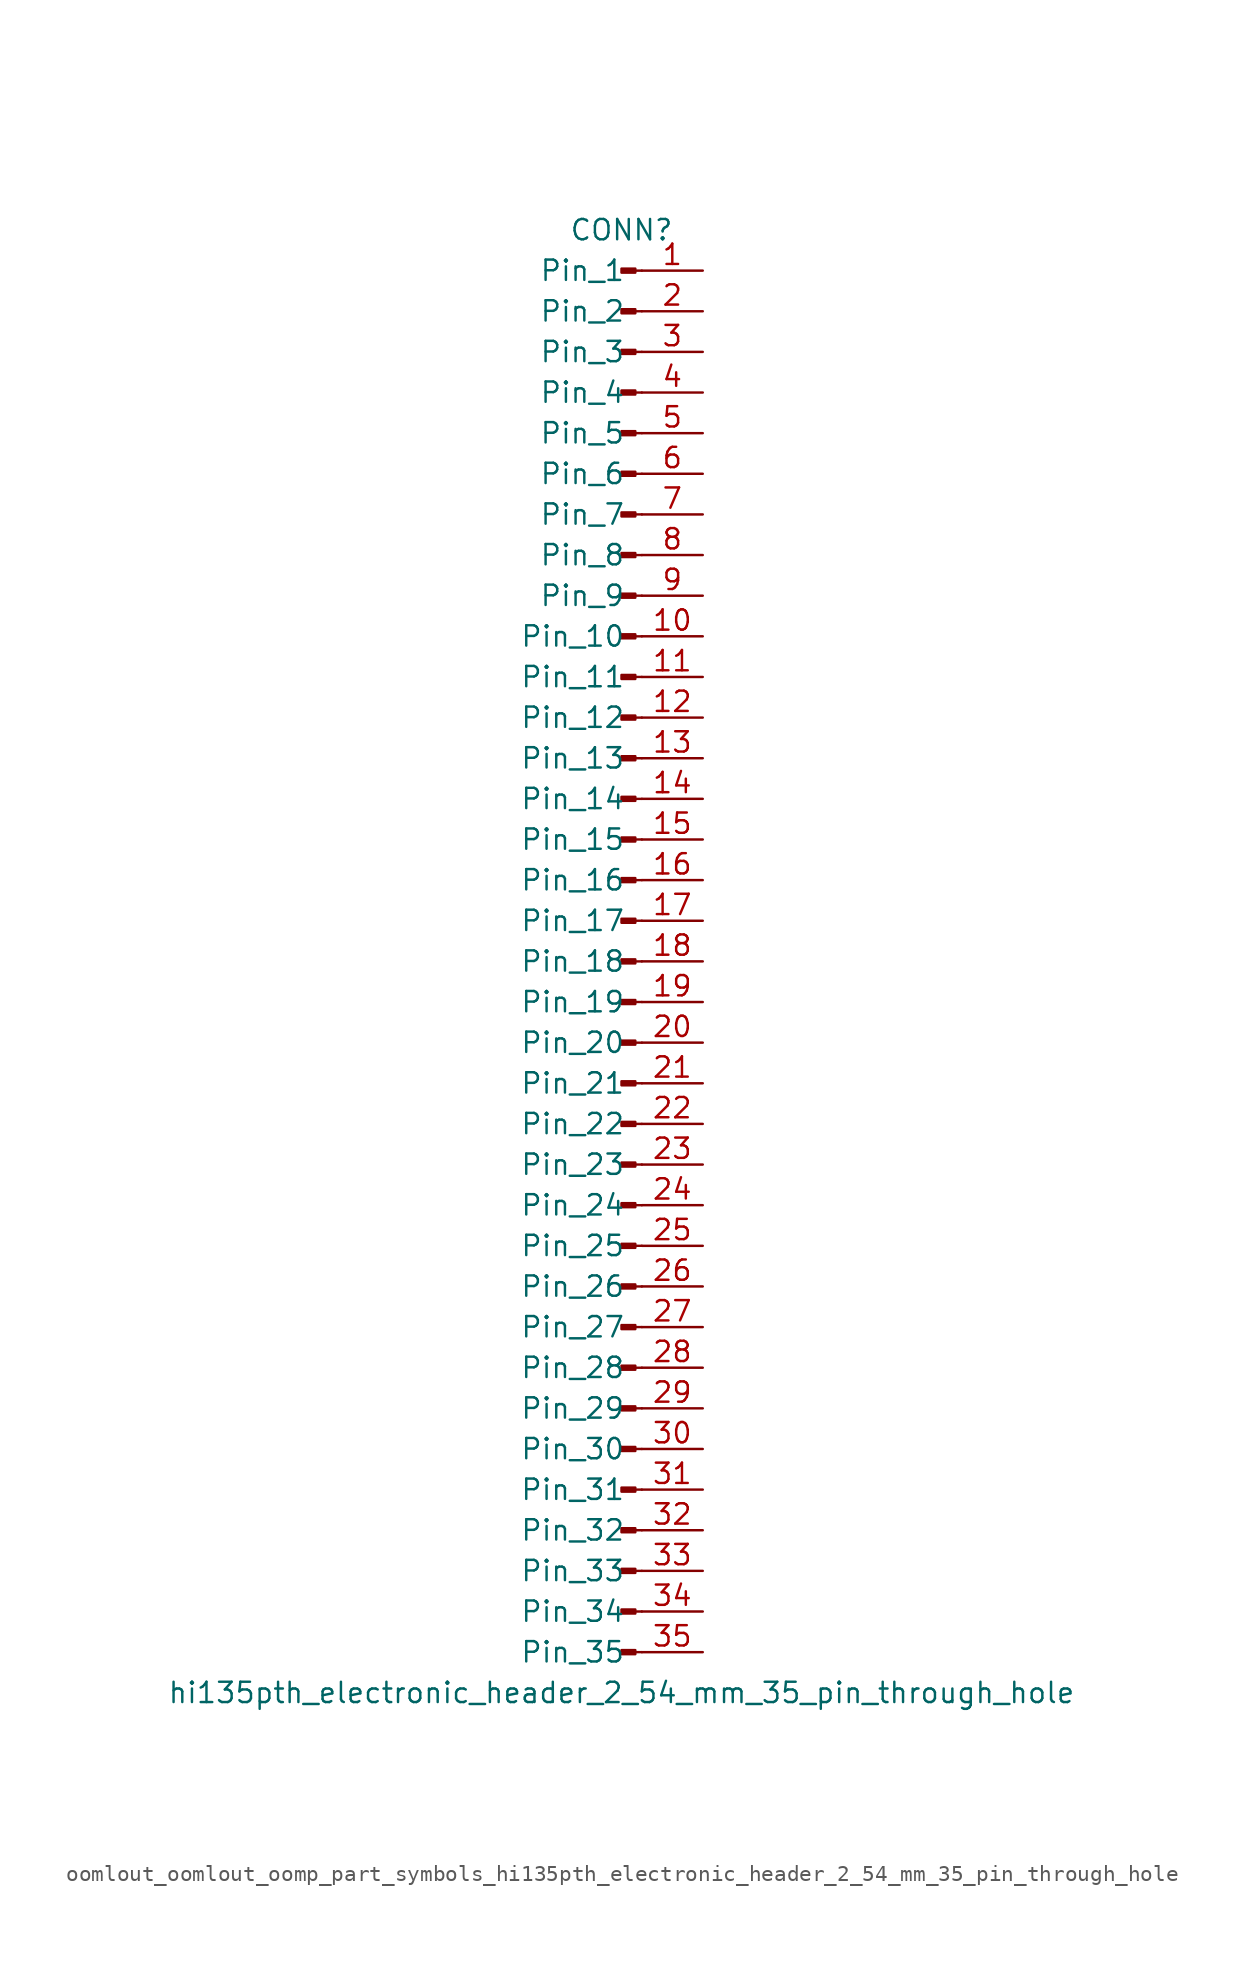
<source format=kicad_sym>
(kicad_symbol_lib
  (version 20220914)
  (generator kicad_symbol_editor)
  (symbol "oomlout_oomlout_oomp_part_symbols_hi135pth_electronic_header_2_54_mm_35_pin_through_hole"
    (pin_names
      (offset 1.016))
    (property "Reference" "CONN"
      (at 0 45.72 0)
      (effects (font (size 1.27 1.27))))
    (property "Value" "hi135pth_electronic_header_2_54_mm_35_pin_through_hole"
      (at 0 -45.72 0)
      (effects (font (size 1.27 1.27))))
    (property "ki_locked" ""
      (at 0 0 0)
      (effects (font (size 1.27 1.27))))
    (symbol "oomlout_oomlout_oomp_part_symbols_hi135pth_electronic_header_2_54_mm_35_pin_through_hole_1_1"
      (polyline (pts (xy 1.27 -43.18) (xy 0.864 -43.18)) (stroke (width 0.152) (type default)) (fill (type none)))
      (polyline (pts (xy 1.27 -40.64) (xy 0.864 -40.64)) (stroke (width 0.152) (type default)) (fill (type none)))
      (polyline (pts (xy 1.27 -38.1) (xy 0.864 -38.1)) (stroke (width 0.152) (type default)) (fill (type none)))
      (polyline (pts (xy 1.27 -35.56) (xy 0.864 -35.56)) (stroke (width 0.152) (type default)) (fill (type none)))
      (polyline (pts (xy 1.27 -33.02) (xy 0.864 -33.02)) (stroke (width 0.152) (type default)) (fill (type none)))
      (polyline (pts (xy 1.27 -30.48) (xy 0.864 -30.48)) (stroke (width 0.152) (type default)) (fill (type none)))
      (polyline (pts (xy 1.27 -27.94) (xy 0.864 -27.94)) (stroke (width 0.152) (type default)) (fill (type none)))
      (polyline (pts (xy 1.27 -25.4) (xy 0.864 -25.4)) (stroke (width 0.152) (type default)) (fill (type none)))
      (polyline (pts (xy 1.27 -22.86) (xy 0.864 -22.86)) (stroke (width 0.152) (type default)) (fill (type none)))
      (polyline (pts (xy 1.27 -20.32) (xy 0.864 -20.32)) (stroke (width 0.152) (type default)) (fill (type none)))
      (polyline (pts (xy 1.27 -17.78) (xy 0.864 -17.78)) (stroke (width 0.152) (type default)) (fill (type none)))
      (polyline (pts (xy 1.27 -15.24) (xy 0.864 -15.24)) (stroke (width 0.152) (type default)) (fill (type none)))
      (polyline (pts (xy 1.27 -12.7) (xy 0.864 -12.7)) (stroke (width 0.152) (type default)) (fill (type none)))
      (polyline (pts (xy 1.27 -10.16) (xy 0.864 -10.16)) (stroke (width 0.152) (type default)) (fill (type none)))
      (polyline (pts (xy 1.27 -7.62) (xy 0.864 -7.62)) (stroke (width 0.152) (type default)) (fill (type none)))
      (polyline (pts (xy 1.27 -5.08) (xy 0.864 -5.08)) (stroke (width 0.152) (type default)) (fill (type none)))
      (polyline (pts (xy 1.27 -2.54) (xy 0.864 -2.54)) (stroke (width 0.152) (type default)) (fill (type none)))
      (polyline (pts (xy 1.27 0) (xy 0.864 0)) (stroke (width 0.152) (type default)) (fill (type none)))
      (polyline (pts (xy 1.27 2.54) (xy 0.864 2.54)) (stroke (width 0.152) (type default)) (fill (type none)))
      (polyline (pts (xy 1.27 5.08) (xy 0.864 5.08)) (stroke (width 0.152) (type default)) (fill (type none)))
      (polyline (pts (xy 1.27 7.62) (xy 0.864 7.62)) (stroke (width 0.152) (type default)) (fill (type none)))
      (polyline (pts (xy 1.27 10.16) (xy 0.864 10.16)) (stroke (width 0.152) (type default)) (fill (type none)))
      (polyline (pts (xy 1.27 12.7) (xy 0.864 12.7)) (stroke (width 0.152) (type default)) (fill (type none)))
      (polyline (pts (xy 1.27 15.24) (xy 0.864 15.24)) (stroke (width 0.152) (type default)) (fill (type none)))
      (polyline (pts (xy 1.27 17.78) (xy 0.864 17.78)) (stroke (width 0.152) (type default)) (fill (type none)))
      (polyline (pts (xy 1.27 20.32) (xy 0.864 20.32)) (stroke (width 0.152) (type default)) (fill (type none)))
      (polyline (pts (xy 1.27 22.86) (xy 0.864 22.86)) (stroke (width 0.152) (type default)) (fill (type none)))
      (polyline (pts (xy 1.27 25.4) (xy 0.864 25.4)) (stroke (width 0.152) (type default)) (fill (type none)))
      (polyline (pts (xy 1.27 27.94) (xy 0.864 27.94)) (stroke (width 0.152) (type default)) (fill (type none)))
      (polyline (pts (xy 1.27 30.48) (xy 0.864 30.48)) (stroke (width 0.152) (type default)) (fill (type none)))
      (polyline (pts (xy 1.27 33.02) (xy 0.864 33.02)) (stroke (width 0.152) (type default)) (fill (type none)))
      (polyline (pts (xy 1.27 35.56) (xy 0.864 35.56)) (stroke (width 0.152) (type default)) (fill (type none)))
      (polyline (pts (xy 1.27 38.1) (xy 0.864 38.1)) (stroke (width 0.152) (type default)) (fill (type none)))
      (polyline (pts (xy 1.27 40.64) (xy 0.864 40.64)) (stroke (width 0.152) (type default)) (fill (type none)))
      (polyline (pts (xy 1.27 43.18) (xy 0.864 43.18)) (stroke (width 0.152) (type default)) (fill (type none)))
      (rectangle (start 0.864 -43.053) (end 0 -43.307) (stroke (width 0.152) (type default)) (fill (type outline)))
      (rectangle (start 0.864 -40.513) (end 0 -40.767) (stroke (width 0.152) (type default)) (fill (type outline)))
      (rectangle (start 0.864 -37.973) (end 0 -38.227) (stroke (width 0.152) (type default)) (fill (type outline)))
      (rectangle (start 0.864 -35.433) (end 0 -35.687) (stroke (width 0.152) (type default)) (fill (type outline)))
      (rectangle (start 0.864 -32.893) (end 0 -33.147) (stroke (width 0.152) (type default)) (fill (type outline)))
      (rectangle (start 0.864 -30.353) (end 0 -30.607) (stroke (width 0.152) (type default)) (fill (type outline)))
      (rectangle (start 0.864 -27.813) (end 0 -28.067) (stroke (width 0.152) (type default)) (fill (type outline)))
      (rectangle (start 0.864 -25.273) (end 0 -25.527) (stroke (width 0.152) (type default)) (fill (type outline)))
      (rectangle (start 0.864 -22.733) (end 0 -22.987) (stroke (width 0.152) (type default)) (fill (type outline)))
      (rectangle (start 0.864 -20.193) (end 0 -20.447) (stroke (width 0.152) (type default)) (fill (type outline)))
      (rectangle (start 0.864 -17.653) (end 0 -17.907) (stroke (width 0.152) (type default)) (fill (type outline)))
      (rectangle (start 0.864 -15.113) (end 0 -15.367) (stroke (width 0.152) (type default)) (fill (type outline)))
      (rectangle (start 0.864 -12.573) (end 0 -12.827) (stroke (width 0.152) (type default)) (fill (type outline)))
      (rectangle (start 0.864 -10.033) (end 0 -10.287) (stroke (width 0.152) (type default)) (fill (type outline)))
      (rectangle (start 0.864 -7.493) (end 0 -7.747) (stroke (width 0.152) (type default)) (fill (type outline)))
      (rectangle (start 0.864 -4.953) (end 0 -5.207) (stroke (width 0.152) (type default)) (fill (type outline)))
      (rectangle (start 0.864 -2.413) (end 0 -2.667) (stroke (width 0.152) (type default)) (fill (type outline)))
      (rectangle (start 0.864 0.127) (end 0 -0.127) (stroke (width 0.152) (type default)) (fill (type outline)))
      (rectangle (start 0.864 2.667) (end 0 2.413) (stroke (width 0.152) (type default)) (fill (type outline)))
      (rectangle (start 0.864 5.207) (end 0 4.953) (stroke (width 0.152) (type default)) (fill (type outline)))
      (rectangle (start 0.864 7.747) (end 0 7.493) (stroke (width 0.152) (type default)) (fill (type outline)))
      (rectangle (start 0.864 10.287) (end 0 10.033) (stroke (width 0.152) (type default)) (fill (type outline)))
      (rectangle (start 0.864 12.827) (end 0 12.573) (stroke (width 0.152) (type default)) (fill (type outline)))
      (rectangle (start 0.864 15.367) (end 0 15.113) (stroke (width 0.152) (type default)) (fill (type outline)))
      (rectangle (start 0.864 17.907) (end 0 17.653) (stroke (width 0.152) (type default)) (fill (type outline)))
      (rectangle (start 0.864 20.447) (end 0 20.193) (stroke (width 0.152) (type default)) (fill (type outline)))
      (rectangle (start 0.864 22.987) (end 0 22.733) (stroke (width 0.152) (type default)) (fill (type outline)))
      (rectangle (start 0.864 25.527) (end 0 25.273) (stroke (width 0.152) (type default)) (fill (type outline)))
      (rectangle (start 0.864 28.067) (end 0 27.813) (stroke (width 0.152) (type default)) (fill (type outline)))
      (rectangle (start 0.864 30.607) (end 0 30.353) (stroke (width 0.152) (type default)) (fill (type outline)))
      (rectangle (start 0.864 33.147) (end 0 32.893) (stroke (width 0.152) (type default)) (fill (type outline)))
      (rectangle (start 0.864 35.687) (end 0 35.433) (stroke (width 0.152) (type default)) (fill (type outline)))
      (rectangle (start 0.864 38.227) (end 0 37.973) (stroke (width 0.152) (type default)) (fill (type outline)))
      (rectangle (start 0.864 40.767) (end 0 40.513) (stroke (width 0.152) (type default)) (fill (type outline)))
      (rectangle (start 0.864 43.307) (end 0 43.053) (stroke (width 0.152) (type default)) (fill (type outline)))
      (pin passive line (at 5.08 43.18 180) (length 3.81) (name "Pin_1" (effects (font (size 1.27 1.27)))) (number "1" (effects (font (size 1.27 1.27)))))
      (pin passive line (at 5.08 20.32 180) (length 3.81) (name "Pin_10" (effects (font (size 1.27 1.27)))) (number "10" (effects (font (size 1.27 1.27)))))
      (pin passive line (at 5.08 17.78 180) (length 3.81) (name "Pin_11" (effects (font (size 1.27 1.27)))) (number "11" (effects (font (size 1.27 1.27)))))
      (pin passive line (at 5.08 15.24 180) (length 3.81) (name "Pin_12" (effects (font (size 1.27 1.27)))) (number "12" (effects (font (size 1.27 1.27)))))
      (pin passive line (at 5.08 12.7 180) (length 3.81) (name "Pin_13" (effects (font (size 1.27 1.27)))) (number "13" (effects (font (size 1.27 1.27)))))
      (pin passive line (at 5.08 10.16 180) (length 3.81) (name "Pin_14" (effects (font (size 1.27 1.27)))) (number "14" (effects (font (size 1.27 1.27)))))
      (pin passive line (at 5.08 7.62 180) (length 3.81) (name "Pin_15" (effects (font (size 1.27 1.27)))) (number "15" (effects (font (size 1.27 1.27)))))
      (pin passive line (at 5.08 5.08 180) (length 3.81) (name "Pin_16" (effects (font (size 1.27 1.27)))) (number "16" (effects (font (size 1.27 1.27)))))
      (pin passive line (at 5.08 2.54 180) (length 3.81) (name "Pin_17" (effects (font (size 1.27 1.27)))) (number "17" (effects (font (size 1.27 1.27)))))
      (pin passive line (at 5.08 0 180) (length 3.81) (name "Pin_18" (effects (font (size 1.27 1.27)))) (number "18" (effects (font (size 1.27 1.27)))))
      (pin passive line (at 5.08 -2.54 180) (length 3.81) (name "Pin_19" (effects (font (size 1.27 1.27)))) (number "19" (effects (font (size 1.27 1.27)))))
      (pin passive line (at 5.08 40.64 180) (length 3.81) (name "Pin_2" (effects (font (size 1.27 1.27)))) (number "2" (effects (font (size 1.27 1.27)))))
      (pin passive line (at 5.08 -5.08 180) (length 3.81) (name "Pin_20" (effects (font (size 1.27 1.27)))) (number "20" (effects (font (size 1.27 1.27)))))
      (pin passive line (at 5.08 -7.62 180) (length 3.81) (name "Pin_21" (effects (font (size 1.27 1.27)))) (number "21" (effects (font (size 1.27 1.27)))))
      (pin passive line (at 5.08 -10.16 180) (length 3.81) (name "Pin_22" (effects (font (size 1.27 1.27)))) (number "22" (effects (font (size 1.27 1.27)))))
      (pin passive line (at 5.08 -12.7 180) (length 3.81) (name "Pin_23" (effects (font (size 1.27 1.27)))) (number "23" (effects (font (size 1.27 1.27)))))
      (pin passive line (at 5.08 -15.24 180) (length 3.81) (name "Pin_24" (effects (font (size 1.27 1.27)))) (number "24" (effects (font (size 1.27 1.27)))))
      (pin passive line (at 5.08 -17.78 180) (length 3.81) (name "Pin_25" (effects (font (size 1.27 1.27)))) (number "25" (effects (font (size 1.27 1.27)))))
      (pin passive line (at 5.08 -20.32 180) (length 3.81) (name "Pin_26" (effects (font (size 1.27 1.27)))) (number "26" (effects (font (size 1.27 1.27)))))
      (pin passive line (at 5.08 -22.86 180) (length 3.81) (name "Pin_27" (effects (font (size 1.27 1.27)))) (number "27" (effects (font (size 1.27 1.27)))))
      (pin passive line (at 5.08 -25.4 180) (length 3.81) (name "Pin_28" (effects (font (size 1.27 1.27)))) (number "28" (effects (font (size 1.27 1.27)))))
      (pin passive line (at 5.08 -27.94 180) (length 3.81) (name "Pin_29" (effects (font (size 1.27 1.27)))) (number "29" (effects (font (size 1.27 1.27)))))
      (pin passive line (at 5.08 38.1 180) (length 3.81) (name "Pin_3" (effects (font (size 1.27 1.27)))) (number "3" (effects (font (size 1.27 1.27)))))
      (pin passive line (at 5.08 -30.48 180) (length 3.81) (name "Pin_30" (effects (font (size 1.27 1.27)))) (number "30" (effects (font (size 1.27 1.27)))))
      (pin passive line (at 5.08 -33.02 180) (length 3.81) (name "Pin_31" (effects (font (size 1.27 1.27)))) (number "31" (effects (font (size 1.27 1.27)))))
      (pin passive line (at 5.08 -35.56 180) (length 3.81) (name "Pin_32" (effects (font (size 1.27 1.27)))) (number "32" (effects (font (size 1.27 1.27)))))
      (pin passive line (at 5.08 -38.1 180) (length 3.81) (name "Pin_33" (effects (font (size 1.27 1.27)))) (number "33" (effects (font (size 1.27 1.27)))))
      (pin passive line (at 5.08 -40.64 180) (length 3.81) (name "Pin_34" (effects (font (size 1.27 1.27)))) (number "34" (effects (font (size 1.27 1.27)))))
      (pin passive line (at 5.08 -43.18 180) (length 3.81) (name "Pin_35" (effects (font (size 1.27 1.27)))) (number "35" (effects (font (size 1.27 1.27)))))
      (pin passive line (at 5.08 35.56 180) (length 3.81) (name "Pin_4" (effects (font (size 1.27 1.27)))) (number "4" (effects (font (size 1.27 1.27)))))
      (pin passive line (at 5.08 33.02 180) (length 3.81) (name "Pin_5" (effects (font (size 1.27 1.27)))) (number "5" (effects (font (size 1.27 1.27)))))
      (pin passive line (at 5.08 30.48 180) (length 3.81) (name "Pin_6" (effects (font (size 1.27 1.27)))) (number "6" (effects (font (size 1.27 1.27)))))
      (pin passive line (at 5.08 27.94 180) (length 3.81) (name "Pin_7" (effects (font (size 1.27 1.27)))) (number "7" (effects (font (size 1.27 1.27)))))
      (pin passive line (at 5.08 25.4 180) (length 3.81) (name "Pin_8" (effects (font (size 1.27 1.27)))) (number "8" (effects (font (size 1.27 1.27)))))
      (pin passive line (at 5.08 22.86 180) (length 3.81) (name "Pin_9" (effects (font (size 1.27 1.27)))) (number "9" (effects (font (size 1.27 1.27))))))))
</source>
